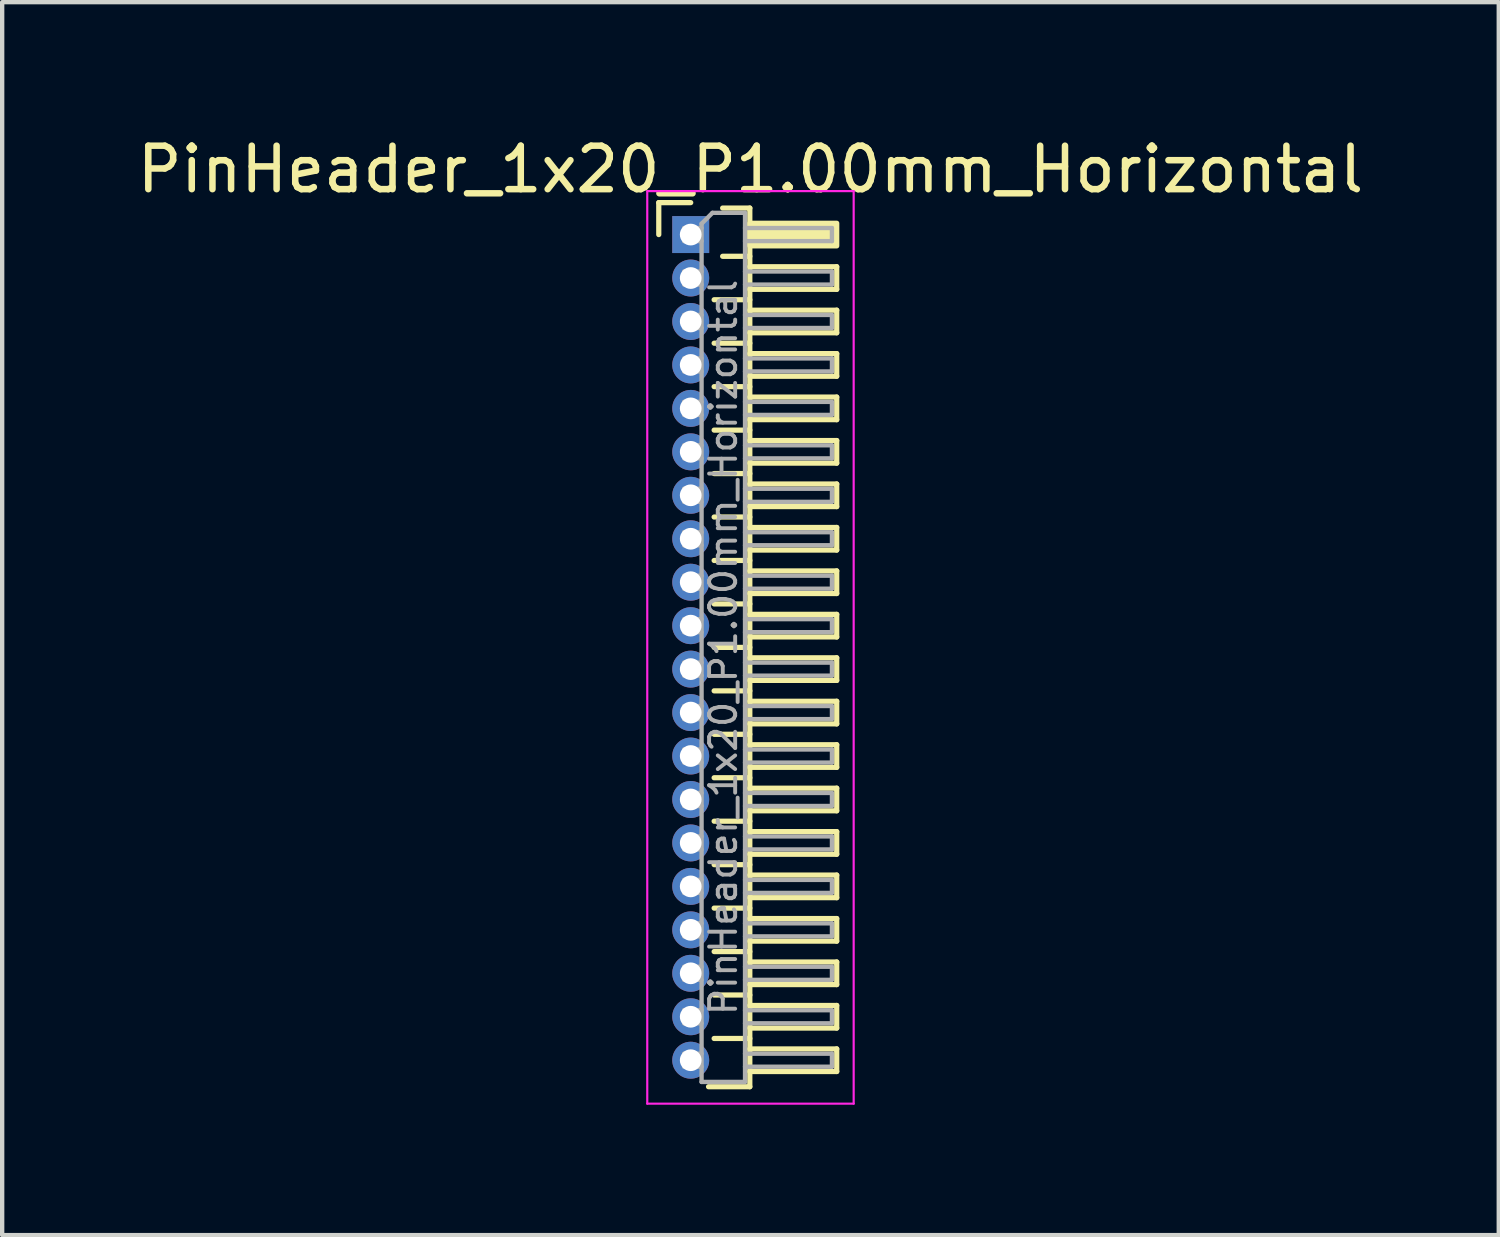
<source format=kicad_pcb>
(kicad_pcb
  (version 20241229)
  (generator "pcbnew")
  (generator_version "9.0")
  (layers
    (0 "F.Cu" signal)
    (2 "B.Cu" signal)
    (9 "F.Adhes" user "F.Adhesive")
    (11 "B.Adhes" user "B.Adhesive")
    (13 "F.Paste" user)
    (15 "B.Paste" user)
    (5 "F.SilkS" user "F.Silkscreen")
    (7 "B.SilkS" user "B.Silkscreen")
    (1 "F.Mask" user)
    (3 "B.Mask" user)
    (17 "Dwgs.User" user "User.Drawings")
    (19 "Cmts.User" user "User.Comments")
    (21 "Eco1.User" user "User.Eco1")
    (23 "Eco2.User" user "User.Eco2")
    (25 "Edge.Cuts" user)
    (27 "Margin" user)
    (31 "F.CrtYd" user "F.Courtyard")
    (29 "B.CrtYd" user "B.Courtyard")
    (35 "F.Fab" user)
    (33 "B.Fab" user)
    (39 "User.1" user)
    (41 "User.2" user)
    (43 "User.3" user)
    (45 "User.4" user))
  (footprint "PinHeader_1x20_P1.00mm_Horizontal"
    (layer "F.Cu")
    (at 12.845 2.348)
    (property "Reference" "PinHeader_1x20_P1.00mm_Horizontal" (at 1.375 -1.5 0) (layer "F.SilkS") (effects (font (size 1 1) (thickness 0.15))))
    (attr through_hole)
    (fp_line (start -0.735 -0.735) (end 0 -0.735) (stroke (width 0.12) (type solid)) (layer "F.SilkS"))
    (fp_line (start -0.735 0) (end -0.735 -0.735) (stroke (width 0.12) (type solid)) (layer "F.SilkS"))
    (fp_line (start 0.539 1.5) (end 1.36 1.5) (stroke (width 0.12) (type solid)) (layer "F.SilkS"))
    (fp_line (start 0.539 2.5) (end 1.36 2.5) (stroke (width 0.12) (type solid)) (layer "F.SilkS"))
    (fp_line (start 0.539 3.5) (end 1.36 3.5) (stroke (width 0.12) (type solid)) (layer "F.SilkS"))
    (fp_line (start 0.539 4.5) (end 1.36 4.5) (stroke (width 0.12) (type solid)) (layer "F.SilkS"))
    (fp_line (start 0.539 5.5) (end 1.36 5.5) (stroke (width 0.12) (type solid)) (layer "F.SilkS"))
    (fp_line (start 0.539 6.5) (end 1.36 6.5) (stroke (width 0.12) (type solid)) (layer "F.SilkS"))
    (fp_line (start 0.539 7.5) (end 1.36 7.5) (stroke (width 0.12) (type solid)) (layer "F.SilkS"))
    (fp_line (start 0.539 8.5) (end 1.36 8.5) (stroke (width 0.12) (type solid)) (layer "F.SilkS"))
    (fp_line (start 0.539 9.5) (end 1.36 9.5) (stroke (width 0.12) (type solid)) (layer "F.SilkS"))
    (fp_line (start 0.539 10.5) (end 1.36 10.5) (stroke (width 0.12) (type solid)) (layer "F.SilkS"))
    (fp_line (start 0.539 11.5) (end 1.36 11.5) (stroke (width 0.12) (type solid)) (layer "F.SilkS"))
    (fp_line (start 0.539 12.5) (end 1.36 12.5) (stroke (width 0.12) (type solid)) (layer "F.SilkS"))
    (fp_line (start 0.539 13.5) (end 1.36 13.5) (stroke (width 0.12) (type solid)) (layer "F.SilkS"))
    (fp_line (start 0.539 14.5) (end 1.36 14.5) (stroke (width 0.12) (type solid)) (layer "F.SilkS"))
    (fp_line (start 0.539 15.5) (end 1.36 15.5) (stroke (width 0.12) (type solid)) (layer "F.SilkS"))
    (fp_line (start 0.539 16.5) (end 1.36 16.5) (stroke (width 0.12) (type solid)) (layer "F.SilkS"))
    (fp_line (start 0.539 17.5) (end 1.36 17.5) (stroke (width 0.12) (type solid)) (layer "F.SilkS"))
    (fp_line (start 0.539 18.5) (end 1.36 18.5) (stroke (width 0.12) (type solid)) (layer "F.SilkS"))
    (fp_line (start 0.735 -0.61) (end 1.36 -0.61) (stroke (width 0.12) (type solid)) (layer "F.SilkS"))
    (fp_line (start 0.735 0.5) (end 1.36 0.5) (stroke (width 0.12) (type solid)) (layer "F.SilkS"))
    (fp_line (start 1.36 -0.61) (end 1.36 19.61) (stroke (width 0.12) (type solid)) (layer "F.SilkS"))
    (fp_line (start 1.36 0.74) (end 3.36 0.74) (stroke (width 0.12) (type solid)) (layer "F.SilkS"))
    (fp_line (start 1.36 1.74) (end 3.36 1.74) (stroke (width 0.12) (type solid)) (layer "F.SilkS"))
    (fp_line (start 1.36 2.74) (end 3.36 2.74) (stroke (width 0.12) (type solid)) (layer "F.SilkS"))
    (fp_line (start 1.36 3.74) (end 3.36 3.74) (stroke (width 0.12) (type solid)) (layer "F.SilkS"))
    (fp_line (start 1.36 4.74) (end 3.36 4.74) (stroke (width 0.12) (type solid)) (layer "F.SilkS"))
    (fp_line (start 1.36 5.74) (end 3.36 5.74) (stroke (width 0.12) (type solid)) (layer "F.SilkS"))
    (fp_line (start 1.36 6.74) (end 3.36 6.74) (stroke (width 0.12) (type solid)) (layer "F.SilkS"))
    (fp_line (start 1.36 7.74) (end 3.36 7.74) (stroke (width 0.12) (type solid)) (layer "F.SilkS"))
    (fp_line (start 1.36 8.74) (end 3.36 8.74) (stroke (width 0.12) (type solid)) (layer "F.SilkS"))
    (fp_line (start 1.36 9.74) (end 3.36 9.74) (stroke (width 0.12) (type solid)) (layer "F.SilkS"))
    (fp_line (start 1.36 10.74) (end 3.36 10.74) (stroke (width 0.12) (type solid)) (layer "F.SilkS"))
    (fp_line (start 1.36 11.74) (end 3.36 11.74) (stroke (width 0.12) (type solid)) (layer "F.SilkS"))
    (fp_line (start 1.36 12.74) (end 3.36 12.74) (stroke (width 0.12) (type solid)) (layer "F.SilkS"))
    (fp_line (start 1.36 13.74) (end 3.36 13.74) (stroke (width 0.12) (type solid)) (layer "F.SilkS"))
    (fp_line (start 1.36 14.74) (end 3.36 14.74) (stroke (width 0.12) (type solid)) (layer "F.SilkS"))
    (fp_line (start 1.36 15.74) (end 3.36 15.74) (stroke (width 0.12) (type solid)) (layer "F.SilkS"))
    (fp_line (start 1.36 16.74) (end 3.36 16.74) (stroke (width 0.12) (type solid)) (layer "F.SilkS"))
    (fp_line (start 1.36 17.74) (end 3.36 17.74) (stroke (width 0.12) (type solid)) (layer "F.SilkS"))
    (fp_line (start 1.36 18.74) (end 3.36 18.74) (stroke (width 0.12) (type solid)) (layer "F.SilkS"))
    (fp_line (start 1.36 19.61) (end 0.41 19.61) (stroke (width 0.12) (type solid)) (layer "F.SilkS"))
    (fp_line (start 3.36 0.74) (end 3.36 1.26) (stroke (width 0.12) (type solid)) (layer "F.SilkS"))
    (fp_line (start 3.36 1.26) (end 1.36 1.26) (stroke (width 0.12) (type solid)) (layer "F.SilkS"))
    (fp_line (start 3.36 1.74) (end 3.36 2.26) (stroke (width 0.12) (type solid)) (layer "F.SilkS"))
    (fp_line (start 3.36 2.26) (end 1.36 2.26) (stroke (width 0.12) (type solid)) (layer "F.SilkS"))
    (fp_line (start 3.36 2.74) (end 3.36 3.26) (stroke (width 0.12) (type solid)) (layer "F.SilkS"))
    (fp_line (start 3.36 3.26) (end 1.36 3.26) (stroke (width 0.12) (type solid)) (layer "F.SilkS"))
    (fp_line (start 3.36 3.74) (end 3.36 4.26) (stroke (width 0.12) (type solid)) (layer "F.SilkS"))
    (fp_line (start 3.36 4.26) (end 1.36 4.26) (stroke (width 0.12) (type solid)) (layer "F.SilkS"))
    (fp_line (start 3.36 4.74) (end 3.36 5.26) (stroke (width 0.12) (type solid)) (layer "F.SilkS"))
    (fp_line (start 3.36 5.26) (end 1.36 5.26) (stroke (width 0.12) (type solid)) (layer "F.SilkS"))
    (fp_line (start 3.36 5.74) (end 3.36 6.26) (stroke (width 0.12) (type solid)) (layer "F.SilkS"))
    (fp_line (start 3.36 6.26) (end 1.36 6.26) (stroke (width 0.12) (type solid)) (layer "F.SilkS"))
    (fp_line (start 3.36 6.74) (end 3.36 7.26) (stroke (width 0.12) (type solid)) (layer "F.SilkS"))
    (fp_line (start 3.36 7.26) (end 1.36 7.26) (stroke (width 0.12) (type solid)) (layer "F.SilkS"))
    (fp_line (start 3.36 7.74) (end 3.36 8.26) (stroke (width 0.12) (type solid)) (layer "F.SilkS"))
    (fp_line (start 3.36 8.26) (end 1.36 8.26) (stroke (width 0.12) (type solid)) (layer "F.SilkS"))
    (fp_line (start 3.36 8.74) (end 3.36 9.26) (stroke (width 0.12) (type solid)) (layer "F.SilkS"))
    (fp_line (start 3.36 9.26) (end 1.36 9.26) (stroke (width 0.12) (type solid)) (layer "F.SilkS"))
    (fp_line (start 3.36 9.74) (end 3.36 10.26) (stroke (width 0.12) (type solid)) (layer "F.SilkS"))
    (fp_line (start 3.36 10.26) (end 1.36 10.26) (stroke (width 0.12) (type solid)) (layer "F.SilkS"))
    (fp_line (start 3.36 10.74) (end 3.36 11.26) (stroke (width 0.12) (type solid)) (layer "F.SilkS"))
    (fp_line (start 3.36 11.26) (end 1.36 11.26) (stroke (width 0.12) (type solid)) (layer "F.SilkS"))
    (fp_line (start 3.36 11.74) (end 3.36 12.26) (stroke (width 0.12) (type solid)) (layer "F.SilkS"))
    (fp_line (start 3.36 12.26) (end 1.36 12.26) (stroke (width 0.12) (type solid)) (layer "F.SilkS"))
    (fp_line (start 3.36 12.74) (end 3.36 13.26) (stroke (width 0.12) (type solid)) (layer "F.SilkS"))
    (fp_line (start 3.36 13.26) (end 1.36 13.26) (stroke (width 0.12) (type solid)) (layer "F.SilkS"))
    (fp_line (start 3.36 13.74) (end 3.36 14.26) (stroke (width 0.12) (type solid)) (layer "F.SilkS"))
    (fp_line (start 3.36 14.26) (end 1.36 14.26) (stroke (width 0.12) (type solid)) (layer "F.SilkS"))
    (fp_line (start 3.36 14.74) (end 3.36 15.26) (stroke (width 0.12) (type solid)) (layer "F.SilkS"))
    (fp_line (start 3.36 15.26) (end 1.36 15.26) (stroke (width 0.12) (type solid)) (layer "F.SilkS"))
    (fp_line (start 3.36 15.74) (end 3.36 16.26) (stroke (width 0.12) (type solid)) (layer "F.SilkS"))
    (fp_line (start 3.36 16.26) (end 1.36 16.26) (stroke (width 0.12) (type solid)) (layer "F.SilkS"))
    (fp_line (start 3.36 16.74) (end 3.36 17.26) (stroke (width 0.12) (type solid)) (layer "F.SilkS"))
    (fp_line (start 3.36 17.26) (end 1.36 17.26) (stroke (width 0.12) (type solid)) (layer "F.SilkS"))
    (fp_line (start 3.36 17.74) (end 3.36 18.26) (stroke (width 0.12) (type solid)) (layer "F.SilkS"))
    (fp_line (start 3.36 18.26) (end 1.36 18.26) (stroke (width 0.12) (type solid)) (layer "F.SilkS"))
    (fp_line (start 3.36 18.74) (end 3.36 19.26) (stroke (width 0.12) (type solid)) (layer "F.SilkS"))
    (fp_line (start 3.36 19.26) (end 1.36 19.26) (stroke (width 0.12) (type solid)) (layer "F.SilkS"))
    (fp_rect (start 1.36 -0.26) (end 3.36 0.26) (stroke (width 0.12) (type solid)) (fill yes) (layer "F.SilkS"))
    (fp_line (start -1 -1) (end -1 20) (stroke (width 0.05) (type solid)) (layer "F.CrtYd"))
    (fp_line (start -1 20) (end 3.75 20) (stroke (width 0.05) (type solid)) (layer "F.CrtYd"))
    (fp_line (start 3.75 -1) (end -1 -1) (stroke (width 0.05) (type solid)) (layer "F.CrtYd"))
    (fp_line (start 3.75 20) (end 3.75 -1) (stroke (width 0.05) (type solid)) (layer "F.CrtYd"))
    (fp_line (start -0.15 -0.15) (end -0.15 0.15) (stroke (width 0.1) (type solid)) (layer "F.Fab"))
    (fp_line (start -0.15 -0.15) (end 0.25 -0.15) (stroke (width 0.1) (type solid)) (layer "F.Fab"))
    (fp_line (start -0.15 0.15) (end 0.25 0.15) (stroke (width 0.1) (type solid)) (layer "F.Fab"))
    (fp_line (start -0.15 0.85) (end -0.15 1.15) (stroke (width 0.1) (type solid)) (layer "F.Fab"))
    (fp_line (start -0.15 0.85) (end 0.25 0.85) (stroke (width 0.1) (type solid)) (layer "F.Fab"))
    (fp_line (start -0.15 1.15) (end 0.25 1.15) (stroke (width 0.1) (type solid)) (layer "F.Fab"))
    (fp_line (start -0.15 1.85) (end -0.15 2.15) (stroke (width 0.1) (type solid)) (layer "F.Fab"))
    (fp_line (start -0.15 1.85) (end 0.25 1.85) (stroke (width 0.1) (type solid)) (layer "F.Fab"))
    (fp_line (start -0.15 2.15) (end 0.25 2.15) (stroke (width 0.1) (type solid)) (layer "F.Fab"))
    (fp_line (start -0.15 2.85) (end -0.15 3.15) (stroke (width 0.1) (type solid)) (layer "F.Fab"))
    (fp_line (start -0.15 2.85) (end 0.25 2.85) (stroke (width 0.1) (type solid)) (layer "F.Fab"))
    (fp_line (start -0.15 3.15) (end 0.25 3.15) (stroke (width 0.1) (type solid)) (layer "F.Fab"))
    (fp_line (start -0.15 3.85) (end -0.15 4.15) (stroke (width 0.1) (type solid)) (layer "F.Fab"))
    (fp_line (start -0.15 3.85) (end 0.25 3.85) (stroke (width 0.1) (type solid)) (layer "F.Fab"))
    (fp_line (start -0.15 4.15) (end 0.25 4.15) (stroke (width 0.1) (type solid)) (layer "F.Fab"))
    (fp_line (start -0.15 4.85) (end -0.15 5.15) (stroke (width 0.1) (type solid)) (layer "F.Fab"))
    (fp_line (start -0.15 4.85) (end 0.25 4.85) (stroke (width 0.1) (type solid)) (layer "F.Fab"))
    (fp_line (start -0.15 5.15) (end 0.25 5.15) (stroke (width 0.1) (type solid)) (layer "F.Fab"))
    (fp_line (start -0.15 5.85) (end -0.15 6.15) (stroke (width 0.1) (type solid)) (layer "F.Fab"))
    (fp_line (start -0.15 5.85) (end 0.25 5.85) (stroke (width 0.1) (type solid)) (layer "F.Fab"))
    (fp_line (start -0.15 6.15) (end 0.25 6.15) (stroke (width 0.1) (type solid)) (layer "F.Fab"))
    (fp_line (start -0.15 6.85) (end -0.15 7.15) (stroke (width 0.1) (type solid)) (layer "F.Fab"))
    (fp_line (start -0.15 6.85) (end 0.25 6.85) (stroke (width 0.1) (type solid)) (layer "F.Fab"))
    (fp_line (start -0.15 7.15) (end 0.25 7.15) (stroke (width 0.1) (type solid)) (layer "F.Fab"))
    (fp_line (start -0.15 7.85) (end -0.15 8.15) (stroke (width 0.1) (type solid)) (layer "F.Fab"))
    (fp_line (start -0.15 7.85) (end 0.25 7.85) (stroke (width 0.1) (type solid)) (layer "F.Fab"))
    (fp_line (start -0.15 8.15) (end 0.25 8.15) (stroke (width 0.1) (type solid)) (layer "F.Fab"))
    (fp_line (start -0.15 8.85) (end -0.15 9.15) (stroke (width 0.1) (type solid)) (layer "F.Fab"))
    (fp_line (start -0.15 8.85) (end 0.25 8.85) (stroke (width 0.1) (type solid)) (layer "F.Fab"))
    (fp_line (start -0.15 9.15) (end 0.25 9.15) (stroke (width 0.1) (type solid)) (layer "F.Fab"))
    (fp_line (start -0.15 9.85) (end -0.15 10.15) (stroke (width 0.1) (type solid)) (layer "F.Fab"))
    (fp_line (start -0.15 9.85) (end 0.25 9.85) (stroke (width 0.1) (type solid)) (layer "F.Fab"))
    (fp_line (start -0.15 10.15) (end 0.25 10.15) (stroke (width 0.1) (type solid)) (layer "F.Fab"))
    (fp_line (start -0.15 10.85) (end -0.15 11.15) (stroke (width 0.1) (type solid)) (layer "F.Fab"))
    (fp_line (start -0.15 10.85) (end 0.25 10.85) (stroke (width 0.1) (type solid)) (layer "F.Fab"))
    (fp_line (start -0.15 11.15) (end 0.25 11.15) (stroke (width 0.1) (type solid)) (layer "F.Fab"))
    (fp_line (start -0.15 11.85) (end -0.15 12.15) (stroke (width 0.1) (type solid)) (layer "F.Fab"))
    (fp_line (start -0.15 11.85) (end 0.25 11.85) (stroke (width 0.1) (type solid)) (layer "F.Fab"))
    (fp_line (start -0.15 12.15) (end 0.25 12.15) (stroke (width 0.1) (type solid)) (layer "F.Fab"))
    (fp_line (start -0.15 12.85) (end -0.15 13.15) (stroke (width 0.1) (type solid)) (layer "F.Fab"))
    (fp_line (start -0.15 12.85) (end 0.25 12.85) (stroke (width 0.1) (type solid)) (layer "F.Fab"))
    (fp_line (start -0.15 13.15) (end 0.25 13.15) (stroke (width 0.1) (type solid)) (layer "F.Fab"))
    (fp_line (start -0.15 13.85) (end -0.15 14.15) (stroke (width 0.1) (type solid)) (layer "F.Fab"))
    (fp_line (start -0.15 13.85) (end 0.25 13.85) (stroke (width 0.1) (type solid)) (layer "F.Fab"))
    (fp_line (start -0.15 14.15) (end 0.25 14.15) (stroke (width 0.1) (type solid)) (layer "F.Fab"))
    (fp_line (start -0.15 14.85) (end -0.15 15.15) (stroke (width 0.1) (type solid)) (layer "F.Fab"))
    (fp_line (start -0.15 14.85) (end 0.25 14.85) (stroke (width 0.1) (type solid)) (layer "F.Fab"))
    (fp_line (start -0.15 15.15) (end 0.25 15.15) (stroke (width 0.1) (type solid)) (layer "F.Fab"))
    (fp_line (start -0.15 15.85) (end -0.15 16.15) (stroke (width 0.1) (type solid)) (layer "F.Fab"))
    (fp_line (start -0.15 15.85) (end 0.25 15.85) (stroke (width 0.1) (type solid)) (layer "F.Fab"))
    (fp_line (start -0.15 16.15) (end 0.25 16.15) (stroke (width 0.1) (type solid)) (layer "F.Fab"))
    (fp_line (start -0.15 16.85) (end -0.15 17.15) (stroke (width 0.1) (type solid)) (layer "F.Fab"))
    (fp_line (start -0.15 16.85) (end 0.25 16.85) (stroke (width 0.1) (type solid)) (layer "F.Fab"))
    (fp_line (start -0.15 17.15) (end 0.25 17.15) (stroke (width 0.1) (type solid)) (layer "F.Fab"))
    (fp_line (start -0.15 17.85) (end -0.15 18.15) (stroke (width 0.1) (type solid)) (layer "F.Fab"))
    (fp_line (start -0.15 17.85) (end 0.25 17.85) (stroke (width 0.1) (type solid)) (layer "F.Fab"))
    (fp_line (start -0.15 18.15) (end 0.25 18.15) (stroke (width 0.1) (type solid)) (layer "F.Fab"))
    (fp_line (start -0.15 18.85) (end -0.15 19.15) (stroke (width 0.1) (type solid)) (layer "F.Fab"))
    (fp_line (start -0.15 18.85) (end 0.25 18.85) (stroke (width 0.1) (type solid)) (layer "F.Fab"))
    (fp_line (start -0.15 19.15) (end 0.25 19.15) (stroke (width 0.1) (type solid)) (layer "F.Fab"))
    (fp_line (start 0.25 -0.25) (end 0.5 -0.5) (stroke (width 0.1) (type solid)) (layer "F.Fab"))
    (fp_line (start 0.25 19.5) (end 0.25 -0.25) (stroke (width 0.1) (type solid)) (layer "F.Fab"))
    (fp_line (start 0.5 -0.5) (end 1.25 -0.5) (stroke (width 0.1) (type solid)) (layer "F.Fab"))
    (fp_line (start 1.25 -0.5) (end 1.25 19.5) (stroke (width 0.1) (type solid)) (layer "F.Fab"))
    (fp_line (start 1.25 -0.15) (end 3.25 -0.15) (stroke (width 0.1) (type solid)) (layer "F.Fab"))
    (fp_line (start 1.25 0.15) (end 3.25 0.15) (stroke (width 0.1) (type solid)) (layer "F.Fab"))
    (fp_line (start 1.25 0.85) (end 3.25 0.85) (stroke (width 0.1) (type solid)) (layer "F.Fab"))
    (fp_line (start 1.25 1.15) (end 3.25 1.15) (stroke (width 0.1) (type solid)) (layer "F.Fab"))
    (fp_line (start 1.25 1.85) (end 3.25 1.85) (stroke (width 0.1) (type solid)) (layer "F.Fab"))
    (fp_line (start 1.25 2.15) (end 3.25 2.15) (stroke (width 0.1) (type solid)) (layer "F.Fab"))
    (fp_line (start 1.25 2.85) (end 3.25 2.85) (stroke (width 0.1) (type solid)) (layer "F.Fab"))
    (fp_line (start 1.25 3.15) (end 3.25 3.15) (stroke (width 0.1) (type solid)) (layer "F.Fab"))
    (fp_line (start 1.25 3.85) (end 3.25 3.85) (stroke (width 0.1) (type solid)) (layer "F.Fab"))
    (fp_line (start 1.25 4.15) (end 3.25 4.15) (stroke (width 0.1) (type solid)) (layer "F.Fab"))
    (fp_line (start 1.25 4.85) (end 3.25 4.85) (stroke (width 0.1) (type solid)) (layer "F.Fab"))
    (fp_line (start 1.25 5.15) (end 3.25 5.15) (stroke (width 0.1) (type solid)) (layer "F.Fab"))
    (fp_line (start 1.25 5.85) (end 3.25 5.85) (stroke (width 0.1) (type solid)) (layer "F.Fab"))
    (fp_line (start 1.25 6.15) (end 3.25 6.15) (stroke (width 0.1) (type solid)) (layer "F.Fab"))
    (fp_line (start 1.25 6.85) (end 3.25 6.85) (stroke (width 0.1) (type solid)) (layer "F.Fab"))
    (fp_line (start 1.25 7.15) (end 3.25 7.15) (stroke (width 0.1) (type solid)) (layer "F.Fab"))
    (fp_line (start 1.25 7.85) (end 3.25 7.85) (stroke (width 0.1) (type solid)) (layer "F.Fab"))
    (fp_line (start 1.25 8.15) (end 3.25 8.15) (stroke (width 0.1) (type solid)) (layer "F.Fab"))
    (fp_line (start 1.25 8.85) (end 3.25 8.85) (stroke (width 0.1) (type solid)) (layer "F.Fab"))
    (fp_line (start 1.25 9.15) (end 3.25 9.15) (stroke (width 0.1) (type solid)) (layer "F.Fab"))
    (fp_line (start 1.25 9.85) (end 3.25 9.85) (stroke (width 0.1) (type solid)) (layer "F.Fab"))
    (fp_line (start 1.25 10.15) (end 3.25 10.15) (stroke (width 0.1) (type solid)) (layer "F.Fab"))
    (fp_line (start 1.25 10.85) (end 3.25 10.85) (stroke (width 0.1) (type solid)) (layer "F.Fab"))
    (fp_line (start 1.25 11.15) (end 3.25 11.15) (stroke (width 0.1) (type solid)) (layer "F.Fab"))
    (fp_line (start 1.25 11.85) (end 3.25 11.85) (stroke (width 0.1) (type solid)) (layer "F.Fab"))
    (fp_line (start 1.25 12.15) (end 3.25 12.15) (stroke (width 0.1) (type solid)) (layer "F.Fab"))
    (fp_line (start 1.25 12.85) (end 3.25 12.85) (stroke (width 0.1) (type solid)) (layer "F.Fab"))
    (fp_line (start 1.25 13.15) (end 3.25 13.15) (stroke (width 0.1) (type solid)) (layer "F.Fab"))
    (fp_line (start 1.25 13.85) (end 3.25 13.85) (stroke (width 0.1) (type solid)) (layer "F.Fab"))
    (fp_line (start 1.25 14.15) (end 3.25 14.15) (stroke (width 0.1) (type solid)) (layer "F.Fab"))
    (fp_line (start 1.25 14.85) (end 3.25 14.85) (stroke (width 0.1) (type solid)) (layer "F.Fab"))
    (fp_line (start 1.25 15.15) (end 3.25 15.15) (stroke (width 0.1) (type solid)) (layer "F.Fab"))
    (fp_line (start 1.25 15.85) (end 3.25 15.85) (stroke (width 0.1) (type solid)) (layer "F.Fab"))
    (fp_line (start 1.25 16.15) (end 3.25 16.15) (stroke (width 0.1) (type solid)) (layer "F.Fab"))
    (fp_line (start 1.25 16.85) (end 3.25 16.85) (stroke (width 0.1) (type solid)) (layer "F.Fab"))
    (fp_line (start 1.25 17.15) (end 3.25 17.15) (stroke (width 0.1) (type solid)) (layer "F.Fab"))
    (fp_line (start 1.25 17.85) (end 3.25 17.85) (stroke (width 0.1) (type solid)) (layer "F.Fab"))
    (fp_line (start 1.25 18.15) (end 3.25 18.15) (stroke (width 0.1) (type solid)) (layer "F.Fab"))
    (fp_line (start 1.25 18.85) (end 3.25 18.85) (stroke (width 0.1) (type solid)) (layer "F.Fab"))
    (fp_line (start 1.25 19.15) (end 3.25 19.15) (stroke (width 0.1) (type solid)) (layer "F.Fab"))
    (fp_line (start 1.25 19.5) (end 0.25 19.5) (stroke (width 0.1) (type solid)) (layer "F.Fab"))
    (fp_line (start 3.25 -0.15) (end 3.25 0.15) (stroke (width 0.1) (type solid)) (layer "F.Fab"))
    (fp_line (start 3.25 0.85) (end 3.25 1.15) (stroke (width 0.1) (type solid)) (layer "F.Fab"))
    (fp_line (start 3.25 1.85) (end 3.25 2.15) (stroke (width 0.1) (type solid)) (layer "F.Fab"))
    (fp_line (start 3.25 2.85) (end 3.25 3.15) (stroke (width 0.1) (type solid)) (layer "F.Fab"))
    (fp_line (start 3.25 3.85) (end 3.25 4.15) (stroke (width 0.1) (type solid)) (layer "F.Fab"))
    (fp_line (start 3.25 4.85) (end 3.25 5.15) (stroke (width 0.1) (type solid)) (layer "F.Fab"))
    (fp_line (start 3.25 5.85) (end 3.25 6.15) (stroke (width 0.1) (type solid)) (layer "F.Fab"))
    (fp_line (start 3.25 6.85) (end 3.25 7.15) (stroke (width 0.1) (type solid)) (layer "F.Fab"))
    (fp_line (start 3.25 7.85) (end 3.25 8.15) (stroke (width 0.1) (type solid)) (layer "F.Fab"))
    (fp_line (start 3.25 8.85) (end 3.25 9.15) (stroke (width 0.1) (type solid)) (layer "F.Fab"))
    (fp_line (start 3.25 9.85) (end 3.25 10.15) (stroke (width 0.1) (type solid)) (layer "F.Fab"))
    (fp_line (start 3.25 10.85) (end 3.25 11.15) (stroke (width 0.1) (type solid)) (layer "F.Fab"))
    (fp_line (start 3.25 11.85) (end 3.25 12.15) (stroke (width 0.1) (type solid)) (layer "F.Fab"))
    (fp_line (start 3.25 12.85) (end 3.25 13.15) (stroke (width 0.1) (type solid)) (layer "F.Fab"))
    (fp_line (start 3.25 13.85) (end 3.25 14.15) (stroke (width 0.1) (type solid)) (layer "F.Fab"))
    (fp_line (start 3.25 14.85) (end 3.25 15.15) (stroke (width 0.1) (type solid)) (layer "F.Fab"))
    (fp_line (start 3.25 15.85) (end 3.25 16.15) (stroke (width 0.1) (type solid)) (layer "F.Fab"))
    (fp_line (start 3.25 16.85) (end 3.25 17.15) (stroke (width 0.1) (type solid)) (layer "F.Fab"))
    (fp_line (start 3.25 17.85) (end 3.25 18.15) (stroke (width 0.1) (type solid)) (layer "F.Fab"))
    (fp_line (start 3.25 18.85) (end 3.25 19.15) (stroke (width 0.1) (type solid)) (layer "F.Fab"))
    (fp_text user "${REFERENCE}" (at 0.75 9.5 90) (layer "F.Fab") (effects (font (size 0.6 0.6) (thickness 0.09))))
    (pad "1" thru_hole rect (at 0 0) (size 0.85 0.85) (drill 0.5) (layers "*.Cu" "*.Mask"))
    (pad "2" thru_hole circle (at 0 1) (size 0.85 0.85) (drill 0.5) (layers "*.Cu" "*.Mask"))
    (pad "3" thru_hole circle (at 0 2) (size 0.85 0.85) (drill 0.5) (layers "*.Cu" "*.Mask"))
    (pad "4" thru_hole circle (at 0 3) (size 0.85 0.85) (drill 0.5) (layers "*.Cu" "*.Mask"))
    (pad "5" thru_hole circle (at 0 4) (size 0.85 0.85) (drill 0.5) (layers "*.Cu" "*.Mask"))
    (pad "6" thru_hole circle (at 0 5) (size 0.85 0.85) (drill 0.5) (layers "*.Cu" "*.Mask"))
    (pad "7" thru_hole circle (at 0 6) (size 0.85 0.85) (drill 0.5) (layers "*.Cu" "*.Mask"))
    (pad "8" thru_hole circle (at 0 7) (size 0.85 0.85) (drill 0.5) (layers "*.Cu" "*.Mask"))
    (pad "9" thru_hole circle (at 0 8) (size 0.85 0.85) (drill 0.5) (layers "*.Cu" "*.Mask"))
    (pad "10" thru_hole circle (at 0 9) (size 0.85 0.85) (drill 0.5) (layers "*.Cu" "*.Mask"))
    (pad "11" thru_hole circle (at 0 10) (size 0.85 0.85) (drill 0.5) (layers "*.Cu" "*.Mask"))
    (pad "12" thru_hole circle (at 0 11) (size 0.85 0.85) (drill 0.5) (layers "*.Cu" "*.Mask"))
    (pad "13" thru_hole circle (at 0 12) (size 0.85 0.85) (drill 0.5) (layers "*.Cu" "*.Mask"))
    (pad "14" thru_hole circle (at 0 13) (size 0.85 0.85) (drill 0.5) (layers "*.Cu" "*.Mask"))
    (pad "15" thru_hole circle (at 0 14) (size 0.85 0.85) (drill 0.5) (layers "*.Cu" "*.Mask"))
    (pad "16" thru_hole circle (at 0 15) (size 0.85 0.85) (drill 0.5) (layers "*.Cu" "*.Mask"))
    (pad "17" thru_hole circle (at 0 16) (size 0.85 0.85) (drill 0.5) (layers "*.Cu" "*.Mask"))
    (pad "18" thru_hole circle (at 0 17) (size 0.85 0.85) (drill 0.5) (layers "*.Cu" "*.Mask"))
    (pad "19" thru_hole circle (at 0 18) (size 0.85 0.85) (drill 0.5) (layers "*.Cu" "*.Mask"))
    (pad "20" thru_hole circle (at 0 19) (size 0.85 0.85) (drill 0.5) (layers "*.Cu" "*.Mask")))
  (gr_rect
    (start -3 -3)
    (end 31.44 25.373)
    (stroke (width 0.1) (type default))
    (fill no)
    (layer "Edge.Cuts")))
</source>
